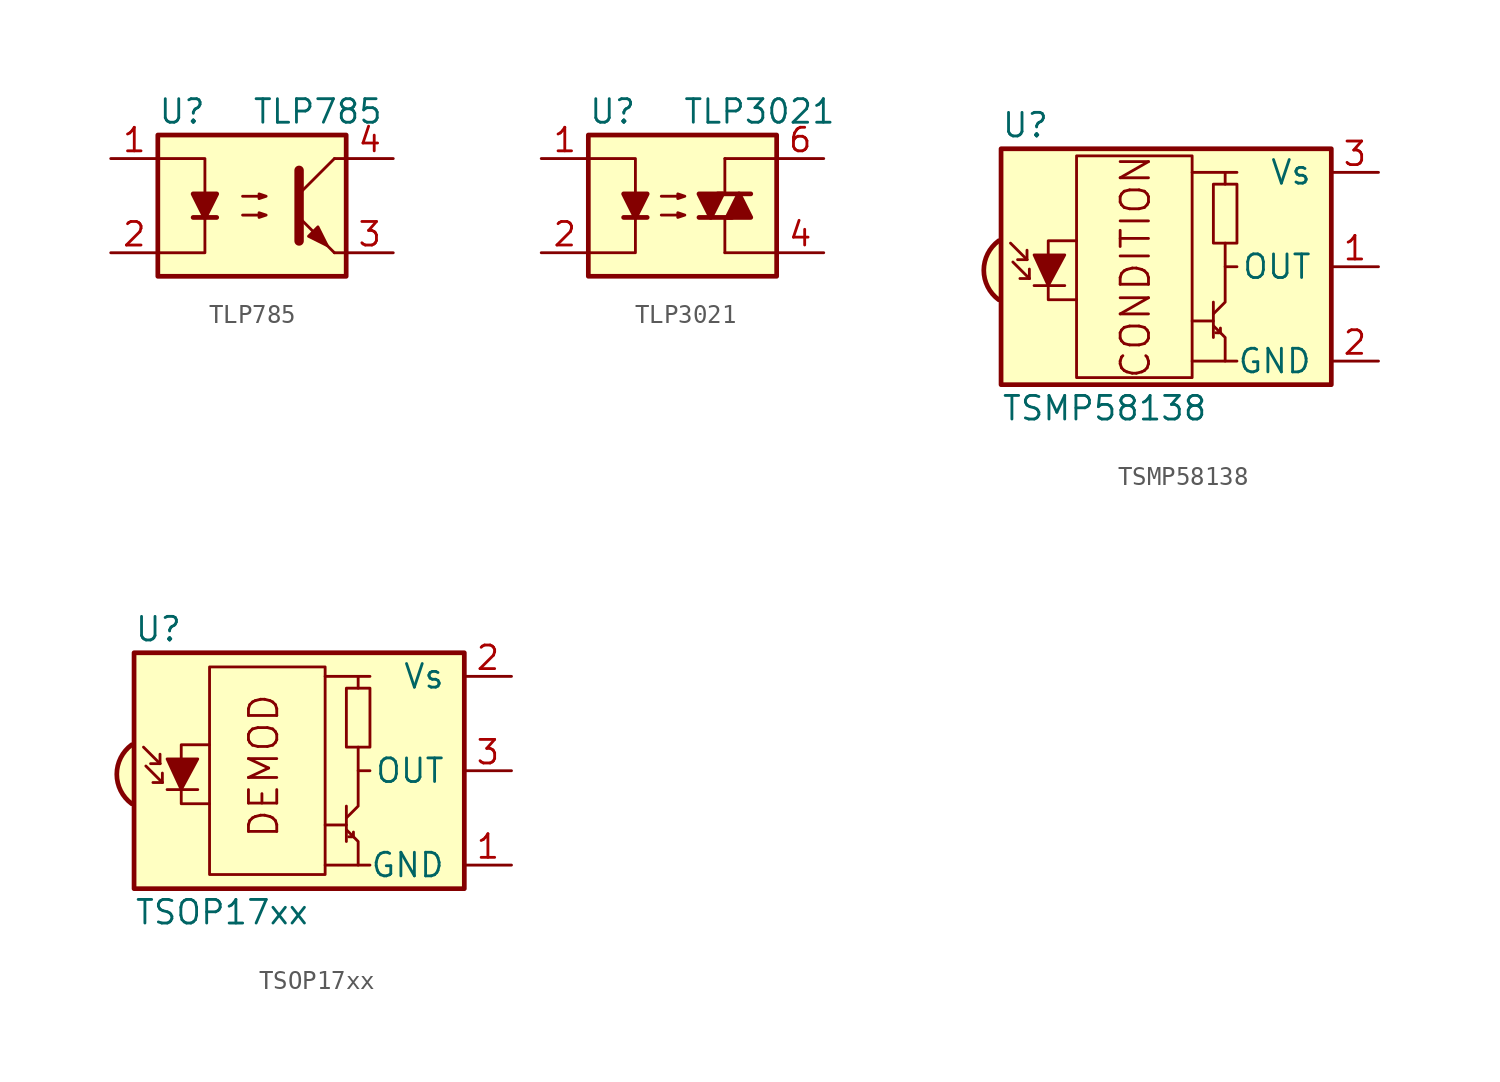
<source format=kicad_sym>
(kicad_symbol_lib
  (version 20211014)
  (generator kicad_symbol_editor)
  (symbol "TLP785"
    (pin_names
      (offset 1.016))
    (property "Reference" "U"
      (at -5.08 5.08 0)
      (effects (font (size 1.27 1.27)) (justify left)))
    (property "Value" "TLP785"
      (at 0 5.08 0)
      (effects (font (size 1.27 1.27)) (justify left)))
    (symbol "TLP785_0_1"
      (rectangle (start -5.08 3.81) (end 5.08 -3.81) (stroke (width 0.254) (type default) (color 0 0 0 0)) (fill (type background)))
      (polyline (pts (xy -3.175 -0.635) (xy -1.905 -0.635)) (stroke (width 0.254) (type default) (color 0 0 0 0)) (fill (type none)))
      (polyline (pts (xy 2.54 0.635) (xy 4.445 2.54)) (stroke (width 0) (type default) (color 0 0 0 0)) (fill (type none)))
      (polyline (pts (xy 4.445 -2.54) (xy 2.54 -0.635)) (stroke (width 0) (type default) (color 0 0 0 0)) (fill (type outline)))
      (polyline (pts (xy 4.445 -2.54) (xy 5.08 -2.54)) (stroke (width 0) (type default) (color 0 0 0 0)) (fill (type none)))
      (polyline (pts (xy 4.445 2.54) (xy 5.08 2.54)) (stroke (width 0) (type default) (color 0 0 0 0)) (fill (type none)))
      (polyline (pts (xy -5.08 2.54) (xy -2.54 2.54) (xy -2.54 0.635)) (stroke (width 0) (type default) (color 0 0 0 0)) (fill (type none)))
      (polyline (pts (xy -2.54 -0.635) (xy -2.54 -2.54) (xy -5.08 -2.54)) (stroke (width 0) (type default) (color 0 0 0 0)) (fill (type none)))
      (polyline (pts (xy 2.54 1.905) (xy 2.54 -1.905) (xy 2.54 -1.905)) (stroke (width 0.508) (type default) (color 0 0 0 0)) (fill (type none)))
      (polyline (pts (xy -2.54 -0.635) (xy -3.175 0.635) (xy -1.905 0.635) (xy -2.54 -0.635)) (stroke (width 0.254) (type default) (color 0 0 0 0)) (fill (type outline)))
      (polyline (pts (xy -0.508 -0.508) (xy 0.762 -0.508) (xy 0.381 -0.635) (xy 0.381 -0.381) (xy 0.762 -0.508)) (stroke (width 0) (type default) (color 0 0 0 0)) (fill (type none)))
      (polyline (pts (xy -0.508 0.508) (xy 0.762 0.508) (xy 0.381 0.381) (xy 0.381 0.635) (xy 0.762 0.508)) (stroke (width 0) (type default) (color 0 0 0 0)) (fill (type none)))
      (polyline (pts (xy 3.048 -1.651) (xy 3.556 -1.143) (xy 4.064 -2.159) (xy 3.048 -1.651) (xy 3.048 -1.651)) (stroke (width 0) (type default) (color 0 0 0 0)) (fill (type outline))))
    (symbol "TLP785_1_1"
      (pin passive line (at -7.62 2.54 0) (length 2.54) (name "~" (effects (font (size 1.27 1.27)))) (number "1" (effects (font (size 1.27 1.27)))))
      (pin passive line (at -7.62 -2.54 0) (length 2.54) (name "~" (effects (font (size 1.27 1.27)))) (number "2" (effects (font (size 1.27 1.27)))))
      (pin passive line (at 7.62 -2.54 180) (length 2.54) (name "~" (effects (font (size 1.27 1.27)))) (number "3" (effects (font (size 1.27 1.27)))))
      (pin passive line (at 7.62 2.54 180) (length 2.54) (name "~" (effects (font (size 1.27 1.27)))) (number "4" (effects (font (size 1.27 1.27)))))))
  (symbol "TLP3021"
    (pin_names
      (offset 1.016))
    (property "Reference" "U"
      (at -5.08 5.08 0)
      (effects (font (size 1.27 1.27)) (justify left)))
    (property "Value" "TLP3021"
      (at 0 5.08 0)
      (effects (font (size 1.27 1.27)) (justify left)))
    (symbol "TLP3021_0_1"
      (rectangle (start -5.08 3.81) (end 5.08 -3.81) (stroke (width 0.254) (type default) (color 0 0 0 0)) (fill (type background)))
      (polyline (pts (xy -3.175 -0.635) (xy -1.905 -0.635)) (stroke (width 0.254) (type default) (color 0 0 0 0)) (fill (type none)))
      (polyline (pts (xy 1.905 0.635) (xy 3.683 0.635)) (stroke (width 0.254) (type default) (color 0 0 0 0)) (fill (type none)))
      (polyline (pts (xy 2.286 -2.54) (xy 2.286 -0.635)) (stroke (width 0) (type default) (color 0 0 0 0)) (fill (type none)))
      (polyline (pts (xy 2.286 -2.54) (xy 5.08 -2.54)) (stroke (width 0) (type default) (color 0 0 0 0)) (fill (type none)))
      (polyline (pts (xy 2.286 2.54) (xy 2.286 0.635)) (stroke (width 0) (type default) (color 0 0 0 0)) (fill (type none)))
      (polyline (pts (xy 2.286 2.54) (xy 5.08 2.54)) (stroke (width 0) (type default) (color 0 0 0 0)) (fill (type none)))
      (polyline (pts (xy 2.667 -0.635) (xy 0.889 -0.635)) (stroke (width 0.254) (type default) (color 0 0 0 0)) (fill (type none)))
      (polyline (pts (xy -5.08 2.54) (xy -2.54 2.54) (xy -2.54 0.635)) (stroke (width 0) (type default) (color 0 0 0 0)) (fill (type none)))
      (polyline (pts (xy -2.54 -0.635) (xy -2.54 -2.54) (xy -5.08 -2.54)) (stroke (width 0) (type default) (color 0 0 0 0)) (fill (type none)))
      (polyline (pts (xy -2.54 -0.635) (xy -3.175 0.635) (xy -1.905 0.635) (xy -2.54 -0.635)) (stroke (width 0.254) (type default) (color 0 0 0 0)) (fill (type outline)))
      (polyline (pts (xy 1.524 -0.635) (xy 2.159 0.635) (xy 0.889 0.635) (xy 1.524 -0.635)) (stroke (width 0.254) (type default) (color 0 0 0 0)) (fill (type outline)))
      (polyline (pts (xy 3.048 0.635) (xy 2.413 -0.635) (xy 3.683 -0.635) (xy 3.048 0.635)) (stroke (width 0.254) (type default) (color 0 0 0 0)) (fill (type outline)))
      (polyline (pts (xy -1.143 -0.508) (xy 0.127 -0.508) (xy -0.254 -0.635) (xy -0.254 -0.381) (xy 0.127 -0.508)) (stroke (width 0) (type default) (color 0 0 0 0)) (fill (type none)))
      (polyline (pts (xy -1.143 0.508) (xy 0.127 0.508) (xy -0.254 0.381) (xy -0.254 0.635) (xy 0.127 0.508)) (stroke (width 0) (type default) (color 0 0 0 0)) (fill (type none))))
    (symbol "TLP3021_1_1"
      (pin passive line (at -7.62 2.54 0) (length 2.54) (name "~" (effects (font (size 1.27 1.27)))) (number "1" (effects (font (size 1.27 1.27)))))
      (pin passive line (at -7.62 -2.54 0) (length 2.54) (name "~" (effects (font (size 1.27 1.27)))) (number "2" (effects (font (size 1.27 1.27)))))
      (pin no_connect line (at -7.62 0 0) (length 2.54) hide (name "NC" (effects (font (size 1.27 1.27)))) (number "3" (effects (font (size 1.27 1.27)))))
      (pin passive line (at 7.62 -2.54 180) (length 2.54) (name "~" (effects (font (size 1.27 1.27)))) (number "4" (effects (font (size 1.27 1.27)))))
      (pin passive line (at 7.62 2.54 180) (length 2.54) (name "~" (effects (font (size 1.27 1.27)))) (number "6" (effects (font (size 1.27 1.27)))))))
  (symbol "TSMP58138"
    (pin_names
      (offset 1.016))
    (property "Reference" "U"
      (at -10.16 7.62 0)
      (effects (font (size 1.27 1.27)) (justify left)))
    (property "Value" "TSMP58138"
      (at -10.16 -7.62 0)
      (effects (font (size 1.27 1.27)) (justify left)))
    (symbol "TSMP58138_0_0"
      (arc (start -10.287 1.397) (mid -11.0899 -0.1852) (end -10.287 -1.778) (stroke (width 0.254) (type default) (color 0 0 0 0)) (fill (type background)))
      (polyline (pts (xy 1.905 -5.08) (xy 0.127 -5.08)) (stroke (width 0) (type default) (color 0 0 0 0)) (fill (type none)))
      (polyline (pts (xy 1.905 5.08) (xy 0.127 5.08)) (stroke (width 0) (type default) (color 0 0 0 0)) (fill (type none)))
      (text "CONDITION" (at -2.921 0 900) (effects (font (size 1.524 1.524)))))
    (symbol "TSMP58138_0_1"
      (rectangle (start -6.096 5.969) (end 0.127 -5.969) (stroke (width 0) (type default) (color 0 0 0 0)) (fill (type none)))
      (polyline (pts (xy -8.763 0.381) (xy -9.652 1.27)) (stroke (width 0) (type default) (color 0 0 0 0)) (fill (type none)))
      (polyline (pts (xy -8.763 0.381) (xy -9.271 0.381)) (stroke (width 0) (type default) (color 0 0 0 0)) (fill (type none)))
      (polyline (pts (xy -8.763 0.381) (xy -8.763 0.889)) (stroke (width 0) (type default) (color 0 0 0 0)) (fill (type none)))
      (polyline (pts (xy -8.636 -0.635) (xy -9.525 0.254)) (stroke (width 0) (type default) (color 0 0 0 0)) (fill (type none)))
      (polyline (pts (xy -8.636 -0.635) (xy -9.144 -0.635)) (stroke (width 0) (type default) (color 0 0 0 0)) (fill (type none)))
      (polyline (pts (xy -8.636 -0.635) (xy -8.636 -0.127)) (stroke (width 0) (type default) (color 0 0 0 0)) (fill (type none)))
      (polyline (pts (xy -8.382 -1.016) (xy -6.731 -1.016)) (stroke (width 0) (type default) (color 0 0 0 0)) (fill (type none)))
      (polyline (pts (xy 1.27 -2.921) (xy 0.127 -2.921)) (stroke (width 0) (type default) (color 0 0 0 0)) (fill (type none)))
      (polyline (pts (xy 1.27 -1.905) (xy 1.27 -3.81)) (stroke (width 0) (type default) (color 0 0 0 0)) (fill (type none)))
      (polyline (pts (xy 1.397 -3.556) (xy 1.524 -3.556)) (stroke (width 0) (type default) (color 0 0 0 0)) (fill (type none)))
      (polyline (pts (xy 1.651 -3.556) (xy 1.524 -3.556)) (stroke (width 0) (type default) (color 0 0 0 0)) (fill (type none)))
      (polyline (pts (xy 1.651 -3.556) (xy 1.651 -3.302)) (stroke (width 0) (type default) (color 0 0 0 0)) (fill (type none)))
      (polyline (pts (xy 1.905 0) (xy 1.905 1.27)) (stroke (width 0) (type default) (color 0 0 0 0)) (fill (type none)))
      (polyline (pts (xy 1.905 4.445) (xy 1.905 5.08) (xy 2.54 5.08)) (stroke (width 0) (type default) (color 0 0 0 0)) (fill (type none)))
      (polyline (pts (xy -8.382 0.635) (xy -6.731 0.635) (xy -7.62 -1.016) (xy -8.382 0.635)) (stroke (width 0) (type default) (color 0 0 0 0)) (fill (type outline)))
      (polyline (pts (xy -6.096 1.397) (xy -7.62 1.397) (xy -7.62 -1.778) (xy -6.096 -1.778)) (stroke (width 0) (type default) (color 0 0 0 0)) (fill (type none)))
      (polyline (pts (xy 1.27 -3.175) (xy 1.905 -3.81) (xy 1.905 -5.08) (xy 2.54 -5.08)) (stroke (width 0) (type default) (color 0 0 0 0)) (fill (type none)))
      (polyline (pts (xy 1.27 -2.54) (xy 1.905 -1.905) (xy 1.905 0) (xy 2.54 0)) (stroke (width 0) (type default) (color 0 0 0 0)) (fill (type none)))
      (rectangle (start 2.54 1.27) (end 1.27 4.445) (stroke (width 0) (type default) (color 0 0 0 0)) (fill (type none)))
      (rectangle (start 7.62 6.35) (end -10.16 -6.35) (stroke (width 0.254) (type default) (color 0 0 0 0)) (fill (type background))))
    (symbol "TSMP58138_1_1"
      (pin output line (at 10.16 0 180) (length 2.54) (name "OUT" (effects (font (size 1.27 1.27)))) (number "1" (effects (font (size 1.27 1.27)))))
      (pin power_in line (at 10.16 -5.08 180) (length 2.54) (name "GND" (effects (font (size 1.27 1.27)))) (number "2" (effects (font (size 1.27 1.27)))))
      (pin power_in line (at 10.16 5.08 180) (length 2.54) (name "Vs" (effects (font (size 1.27 1.27)))) (number "3" (effects (font (size 1.27 1.27)))))))
  (symbol "TSOP17xx"
    (pin_names
      (offset 1.016))
    (property "Reference" "U"
      (at -10.16 7.62 0)
      (effects (font (size 1.27 1.27)) (justify left)))
    (property "Value" "TSOP17xx"
      (at -10.16 -7.62 0)
      (effects (font (size 1.27 1.27)) (justify left)))
    (symbol "TSOP17xx_0_0"
      (arc (start -10.287 1.397) (mid -11.0899 -0.1852) (end -10.287 -1.778) (stroke (width 0.254) (type default) (color 0 0 0 0)) (fill (type background)))
      (polyline (pts (xy 1.905 -5.08) (xy 0.127 -5.08)) (stroke (width 0) (type default) (color 0 0 0 0)) (fill (type none)))
      (polyline (pts (xy 1.905 5.08) (xy 0.127 5.08)) (stroke (width 0) (type default) (color 0 0 0 0)) (fill (type none)))
      (text "DEMOD" (at -3.175 0.254 900) (effects (font (size 1.524 1.524)))))
    (symbol "TSOP17xx_0_1"
      (rectangle (start -6.096 5.588) (end 0.127 -5.588) (stroke (width 0) (type default) (color 0 0 0 0)) (fill (type none)))
      (polyline (pts (xy -8.763 0.381) (xy -9.652 1.27)) (stroke (width 0) (type default) (color 0 0 0 0)) (fill (type none)))
      (polyline (pts (xy -8.763 0.381) (xy -9.271 0.381)) (stroke (width 0) (type default) (color 0 0 0 0)) (fill (type none)))
      (polyline (pts (xy -8.763 0.381) (xy -8.763 0.889)) (stroke (width 0) (type default) (color 0 0 0 0)) (fill (type none)))
      (polyline (pts (xy -8.636 -0.635) (xy -9.525 0.254)) (stroke (width 0) (type default) (color 0 0 0 0)) (fill (type none)))
      (polyline (pts (xy -8.636 -0.635) (xy -9.144 -0.635)) (stroke (width 0) (type default) (color 0 0 0 0)) (fill (type none)))
      (polyline (pts (xy -8.636 -0.635) (xy -8.636 -0.127)) (stroke (width 0) (type default) (color 0 0 0 0)) (fill (type none)))
      (polyline (pts (xy -8.382 -1.016) (xy -6.731 -1.016)) (stroke (width 0) (type default) (color 0 0 0 0)) (fill (type none)))
      (polyline (pts (xy 1.27 -2.921) (xy 0.127 -2.921)) (stroke (width 0) (type default) (color 0 0 0 0)) (fill (type none)))
      (polyline (pts (xy 1.27 -1.905) (xy 1.27 -3.81)) (stroke (width 0) (type default) (color 0 0 0 0)) (fill (type none)))
      (polyline (pts (xy 1.397 -3.556) (xy 1.524 -3.556)) (stroke (width 0) (type default) (color 0 0 0 0)) (fill (type none)))
      (polyline (pts (xy 1.651 -3.556) (xy 1.524 -3.556)) (stroke (width 0) (type default) (color 0 0 0 0)) (fill (type none)))
      (polyline (pts (xy 1.651 -3.556) (xy 1.651 -3.302)) (stroke (width 0) (type default) (color 0 0 0 0)) (fill (type none)))
      (polyline (pts (xy 1.905 0) (xy 1.905 1.27)) (stroke (width 0) (type default) (color 0 0 0 0)) (fill (type none)))
      (polyline (pts (xy 1.905 4.445) (xy 1.905 5.08) (xy 2.54 5.08)) (stroke (width 0) (type default) (color 0 0 0 0)) (fill (type none)))
      (polyline (pts (xy -8.382 0.635) (xy -6.731 0.635) (xy -7.62 -1.016) (xy -8.382 0.635)) (stroke (width 0) (type default) (color 0 0 0 0)) (fill (type outline)))
      (polyline (pts (xy -6.096 1.397) (xy -7.62 1.397) (xy -7.62 -1.778) (xy -6.096 -1.778)) (stroke (width 0) (type default) (color 0 0 0 0)) (fill (type none)))
      (polyline (pts (xy 1.27 -3.175) (xy 1.905 -3.81) (xy 1.905 -5.08) (xy 2.54 -5.08)) (stroke (width 0) (type default) (color 0 0 0 0)) (fill (type none)))
      (polyline (pts (xy 1.27 -2.54) (xy 1.905 -1.905) (xy 1.905 0) (xy 2.54 0)) (stroke (width 0) (type default) (color 0 0 0 0)) (fill (type none)))
      (rectangle (start 2.54 1.27) (end 1.27 4.445) (stroke (width 0) (type default) (color 0 0 0 0)) (fill (type none)))
      (rectangle (start 7.62 6.35) (end -10.16 -6.35) (stroke (width 0.254) (type default) (color 0 0 0 0)) (fill (type background))))
    (symbol "TSOP17xx_1_1"
      (pin power_in line (at 10.16 -5.08 180) (length 2.54) (name "GND" (effects (font (size 1.27 1.27)))) (number "1" (effects (font (size 1.27 1.27)))))
      (pin power_in line (at 10.16 5.08 180) (length 2.54) (name "Vs" (effects (font (size 1.27 1.27)))) (number "2" (effects (font (size 1.27 1.27)))))
      (pin output line (at 10.16 0 180) (length 2.54) (name "OUT" (effects (font (size 1.27 1.27)))) (number "3" (effects (font (size 1.27 1.27))))))))
</source>
